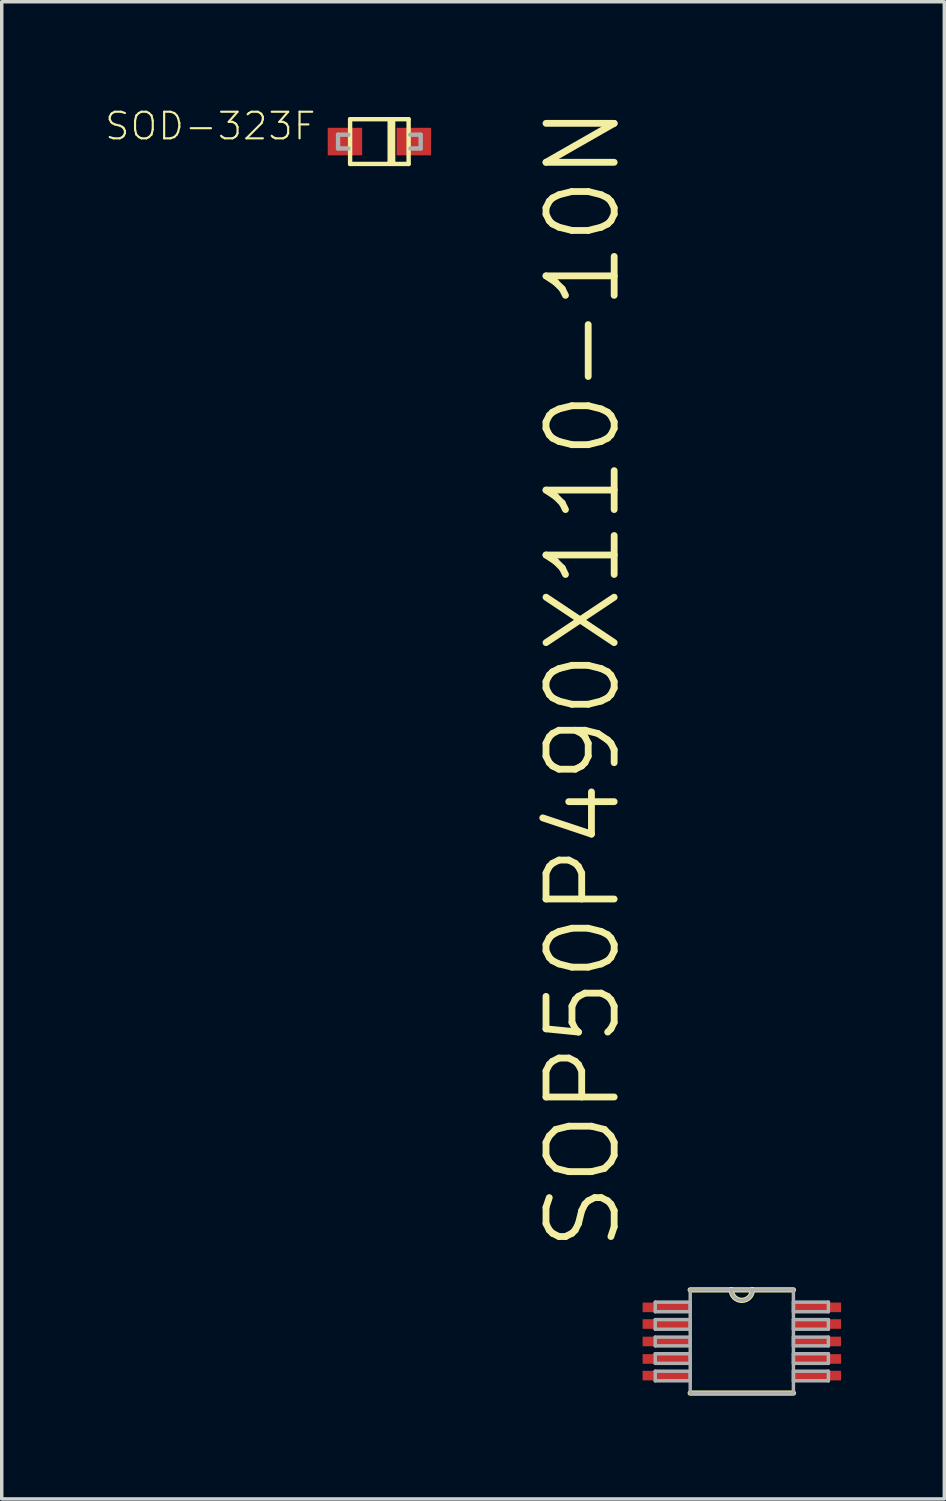
<source format=kicad_pcb>
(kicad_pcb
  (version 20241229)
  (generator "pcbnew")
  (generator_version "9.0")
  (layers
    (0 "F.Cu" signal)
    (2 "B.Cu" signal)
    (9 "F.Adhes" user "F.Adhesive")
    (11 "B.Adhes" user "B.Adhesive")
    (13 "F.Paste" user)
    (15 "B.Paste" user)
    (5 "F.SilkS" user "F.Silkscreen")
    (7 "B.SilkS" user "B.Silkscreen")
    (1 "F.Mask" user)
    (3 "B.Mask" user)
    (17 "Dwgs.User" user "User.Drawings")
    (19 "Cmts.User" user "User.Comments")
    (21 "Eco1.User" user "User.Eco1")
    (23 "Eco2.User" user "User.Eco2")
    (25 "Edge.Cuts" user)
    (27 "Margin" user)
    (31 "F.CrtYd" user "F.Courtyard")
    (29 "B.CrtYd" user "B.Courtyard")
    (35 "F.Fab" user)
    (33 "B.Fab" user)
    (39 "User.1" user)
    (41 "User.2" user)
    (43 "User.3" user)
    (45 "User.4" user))
  (footprint "SOP50P490X110-10N"
    (layer "F.Cu")
    (at 18.501 35.922)
    (property "Reference" "SOP50P490X110-10N" (at -3.456 -2.541 90) (layer "F.SilkS") (effects (font (size 1.98 1.98) (thickness 0.198)) (justify left bottom)))
    (attr through_hole)
    (fp_line (start -1.499 1.499) (end 1.499 1.499) (stroke (width 0.152) (type solid)) (layer "F.SilkS"))
    (fp_line (start -0.305 -1.499) (end -1.499 -1.499) (stroke (width 0.152) (type solid)) (layer "F.SilkS"))
    (fp_line (start 0.305 -1.499) (end -0.305 -1.499) (stroke (width 0.152) (type solid)) (layer "F.SilkS"))
    (fp_line (start 1.499 -1.499) (end 0.305 -1.499) (stroke (width 0.152) (type solid)) (layer "F.SilkS"))
    (fp_arc (start 0.3048 -1.4986) (mid 0 -1.1938) (end -0.3048 -1.4986) (stroke (width 0.1524) (type solid)) (layer "F.SilkS"))
    (fp_line (start -2.515 -1.143) (end -2.515 -0.864) (stroke (width 0.1) (type solid)) (layer "F.Fab"))
    (fp_line (start -2.515 -0.864) (end -1.499 -0.864) (stroke (width 0.1) (type solid)) (layer "F.Fab"))
    (fp_line (start -2.515 -0.635) (end -2.515 -0.356) (stroke (width 0.1) (type solid)) (layer "F.Fab"))
    (fp_line (start -2.515 -0.356) (end -1.499 -0.356) (stroke (width 0.1) (type solid)) (layer "F.Fab"))
    (fp_line (start -2.515 -0.127) (end -2.515 0.127) (stroke (width 0.1) (type solid)) (layer "F.Fab"))
    (fp_line (start -2.515 0.127) (end -1.499 0.127) (stroke (width 0.1) (type solid)) (layer "F.Fab"))
    (fp_line (start -2.515 0.356) (end -2.515 0.635) (stroke (width 0.1) (type solid)) (layer "F.Fab"))
    (fp_line (start -2.515 0.635) (end -1.499 0.635) (stroke (width 0.1) (type solid)) (layer "F.Fab"))
    (fp_line (start -2.515 0.864) (end -2.515 1.143) (stroke (width 0.1) (type solid)) (layer "F.Fab"))
    (fp_line (start -2.515 1.143) (end -1.499 1.143) (stroke (width 0.1) (type solid)) (layer "F.Fab"))
    (fp_line (start -1.499 -1.499) (end -1.499 1.499) (stroke (width 0.1) (type solid)) (layer "F.Fab"))
    (fp_line (start -1.499 -1.143) (end -2.515 -1.143) (stroke (width 0.1) (type solid)) (layer "F.Fab"))
    (fp_line (start -1.499 -0.864) (end -1.499 -1.143) (stroke (width 0.1) (type solid)) (layer "F.Fab"))
    (fp_line (start -1.499 -0.635) (end -2.515 -0.635) (stroke (width 0.1) (type solid)) (layer "F.Fab"))
    (fp_line (start -1.499 -0.356) (end -1.499 -0.635) (stroke (width 0.1) (type solid)) (layer "F.Fab"))
    (fp_line (start -1.499 -0.127) (end -2.515 -0.127) (stroke (width 0.1) (type solid)) (layer "F.Fab"))
    (fp_line (start -1.499 0.127) (end -1.499 -0.127) (stroke (width 0.1) (type solid)) (layer "F.Fab"))
    (fp_line (start -1.499 0.356) (end -2.515 0.356) (stroke (width 0.1) (type solid)) (layer "F.Fab"))
    (fp_line (start -1.499 0.635) (end -1.499 0.356) (stroke (width 0.1) (type solid)) (layer "F.Fab"))
    (fp_line (start -1.499 0.864) (end -2.515 0.864) (stroke (width 0.1) (type solid)) (layer "F.Fab"))
    (fp_line (start -1.499 1.143) (end -1.499 0.864) (stroke (width 0.1) (type solid)) (layer "F.Fab"))
    (fp_line (start -1.499 1.499) (end 1.499 1.499) (stroke (width 0.1) (type solid)) (layer "F.Fab"))
    (fp_line (start -0.305 -1.499) (end -1.499 -1.499) (stroke (width 0.1) (type solid)) (layer "F.Fab"))
    (fp_line (start 0.305 -1.499) (end -0.305 -1.499) (stroke (width 0.1) (type solid)) (layer "F.Fab"))
    (fp_line (start 1.499 -1.499) (end 0.305 -1.499) (stroke (width 0.1) (type solid)) (layer "F.Fab"))
    (fp_line (start 1.499 -1.143) (end 1.499 -0.864) (stroke (width 0.1) (type solid)) (layer "F.Fab"))
    (fp_line (start 1.499 -0.864) (end 2.515 -0.864) (stroke (width 0.1) (type solid)) (layer "F.Fab"))
    (fp_line (start 1.499 -0.635) (end 1.499 -0.356) (stroke (width 0.1) (type solid)) (layer "F.Fab"))
    (fp_line (start 1.499 -0.356) (end 2.515 -0.356) (stroke (width 0.1) (type solid)) (layer "F.Fab"))
    (fp_line (start 1.499 -0.127) (end 1.499 0.127) (stroke (width 0.1) (type solid)) (layer "F.Fab"))
    (fp_line (start 1.499 0.127) (end 2.515 0.127) (stroke (width 0.1) (type solid)) (layer "F.Fab"))
    (fp_line (start 1.499 0.356) (end 1.499 0.635) (stroke (width 0.1) (type solid)) (layer "F.Fab"))
    (fp_line (start 1.499 0.635) (end 2.515 0.635) (stroke (width 0.1) (type solid)) (layer "F.Fab"))
    (fp_line (start 1.499 0.864) (end 1.499 1.143) (stroke (width 0.1) (type solid)) (layer "F.Fab"))
    (fp_line (start 1.499 1.143) (end 2.515 1.143) (stroke (width 0.1) (type solid)) (layer "F.Fab"))
    (fp_line (start 1.499 1.499) (end 1.499 -1.499) (stroke (width 0.1) (type solid)) (layer "F.Fab"))
    (fp_line (start 2.515 -1.143) (end 1.499 -1.143) (stroke (width 0.1) (type solid)) (layer "F.Fab"))
    (fp_line (start 2.515 -0.864) (end 2.515 -1.143) (stroke (width 0.1) (type solid)) (layer "F.Fab"))
    (fp_line (start 2.515 -0.635) (end 1.499 -0.635) (stroke (width 0.1) (type solid)) (layer "F.Fab"))
    (fp_line (start 2.515 -0.356) (end 2.515 -0.635) (stroke (width 0.1) (type solid)) (layer "F.Fab"))
    (fp_line (start 2.515 -0.127) (end 1.499 -0.127) (stroke (width 0.1) (type solid)) (layer "F.Fab"))
    (fp_line (start 2.515 0.127) (end 2.515 -0.127) (stroke (width 0.1) (type solid)) (layer "F.Fab"))
    (fp_line (start 2.515 0.356) (end 1.499 0.356) (stroke (width 0.1) (type solid)) (layer "F.Fab"))
    (fp_line (start 2.515 0.635) (end 2.515 0.356) (stroke (width 0.1) (type solid)) (layer "F.Fab"))
    (fp_line (start 2.515 0.864) (end 1.499 0.864) (stroke (width 0.1) (type solid)) (layer "F.Fab"))
    (fp_line (start 2.515 1.143) (end 2.515 0.864) (stroke (width 0.1) (type solid)) (layer "F.Fab"))
    (fp_arc (start 0.3048 -1.4986) (mid 0 -1.1938) (end -0.3048 -1.4986) (stroke (width 0.1) (type solid)) (layer "F.Fab"))
    (pad "1" smd rect (at -2.184 -0.991) (size 1.397 0.279) (layers "F.Cu" "F.Mask" "F.Paste"))
    (pad "2" smd rect (at -2.184 -0.508) (size 1.397 0.279) (layers "F.Cu" "F.Mask" "F.Paste"))
    (pad "3" smd rect (at -2.184 0) (size 1.397 0.279) (layers "F.Cu" "F.Mask" "F.Paste"))
    (pad "4" smd rect (at -2.184 0.508) (size 1.397 0.279) (layers "F.Cu" "F.Mask" "F.Paste"))
    (pad "5" smd rect (at -2.184 0.991) (size 1.397 0.279) (layers "F.Cu" "F.Mask" "F.Paste"))
    (pad "6" smd rect (at 2.184 0.991) (size 1.397 0.279) (layers "F.Cu" "F.Mask" "F.Paste"))
    (pad "7" smd rect (at 2.184 0.508) (size 1.397 0.279) (layers "F.Cu" "F.Mask" "F.Paste"))
    (pad "8" smd rect (at 2.184 0) (size 1.397 0.279) (layers "F.Cu" "F.Mask" "F.Paste"))
    (pad "9" smd rect (at 2.184 -0.508) (size 1.397 0.279) (layers "F.Cu" "F.Mask" "F.Paste"))
    (pad "10" smd rect (at 2.184 -0.991) (size 1.397 0.279) (layers "F.Cu" "F.Mask" "F.Paste")))
  (footprint "SOD-323F"
    (layer "F.Cu")
    (at 7.971 1.063)
    (property "Reference" "SOD-323F" (at -1.8 -0.9 180) (layer "F.SilkS") (effects (font (size 0.772 0.772) (thickness 0.062)) (justify right top)))
    (attr through_hole)
    (fp_line (start -0.85 -0.65) (end 0.85 -0.65) (stroke (width 0.127) (type solid)) (layer "F.SilkS"))
    (fp_line (start -0.85 0.65) (end -0.85 -0.65) (stroke (width 0.127) (type solid)) (layer "F.SilkS"))
    (fp_line (start 0.3 0.6) (end 0.3 -0.6) (stroke (width 0.127) (type solid)) (layer "F.SilkS"))
    (fp_line (start 0.4 -0.6) (end 0.4 0.6) (stroke (width 0.127) (type solid)) (layer "F.SilkS"))
    (fp_line (start 0.4 0.6) (end 0.3 0.6) (stroke (width 0.127) (type solid)) (layer "F.SilkS"))
    (fp_line (start 0.85 -0.65) (end 0.85 0.65) (stroke (width 0.127) (type solid)) (layer "F.SilkS"))
    (fp_line (start 0.85 0.65) (end -0.85 0.65) (stroke (width 0.127) (type solid)) (layer "F.SilkS"))
    (fp_line (start -1.2 -0.2) (end -1.2 0.2) (stroke (width 0.127) (type solid)) (layer "F.Fab"))
    (fp_line (start -1.2 0.2) (end -0.9 0.2) (stroke (width 0.127) (type solid)) (layer "F.Fab"))
    (fp_line (start -0.9 -0.2) (end -1.2 -0.2) (stroke (width 0.127) (type solid)) (layer "F.Fab"))
    (fp_line (start 0.9 -0.2) (end 1.2 -0.2) (stroke (width 0.127) (type solid)) (layer "F.Fab"))
    (fp_line (start 1.2 -0.2) (end 1.2 0.2) (stroke (width 0.127) (type solid)) (layer "F.Fab"))
    (fp_line (start 1.2 0.2) (end 0.9 0.2) (stroke (width 0.127) (type solid)) (layer "F.Fab"))
    (pad "A" smd rect (at -1 0) (size 1 0.8) (layers "F.Cu" "F.Mask" "F.Paste"))
    (pad "C" smd rect (at 1 0) (size 1 0.8) (layers "F.Cu" "F.Mask" "F.Paste")))
  (gr_rect
    (start -3 -3)
    (end 24.384 40.497)
    (stroke (width 0.1) (type default))
    (fill no)
    (layer "Edge.Cuts")))
</source>
